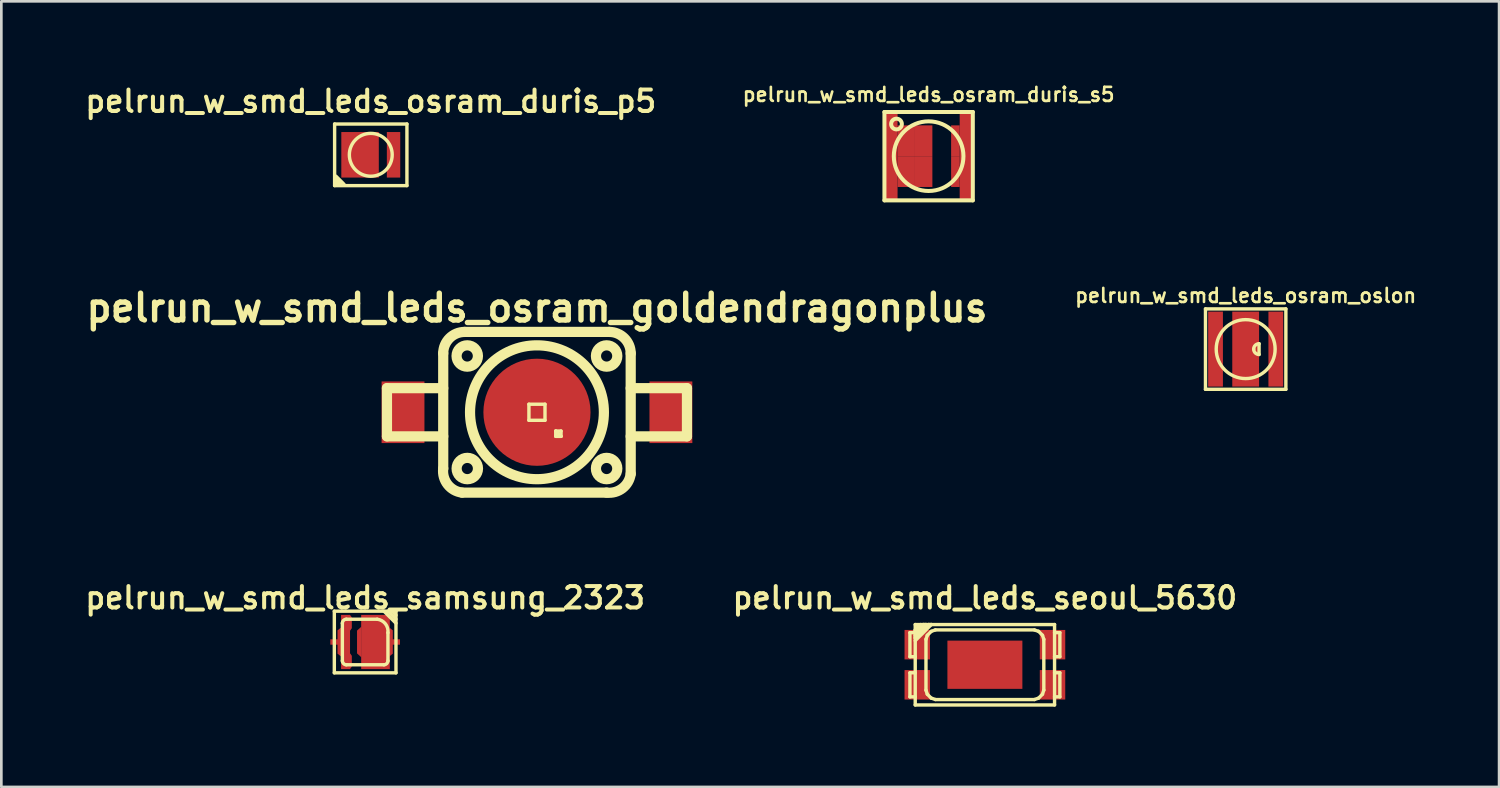
<source format=kicad_pcb>
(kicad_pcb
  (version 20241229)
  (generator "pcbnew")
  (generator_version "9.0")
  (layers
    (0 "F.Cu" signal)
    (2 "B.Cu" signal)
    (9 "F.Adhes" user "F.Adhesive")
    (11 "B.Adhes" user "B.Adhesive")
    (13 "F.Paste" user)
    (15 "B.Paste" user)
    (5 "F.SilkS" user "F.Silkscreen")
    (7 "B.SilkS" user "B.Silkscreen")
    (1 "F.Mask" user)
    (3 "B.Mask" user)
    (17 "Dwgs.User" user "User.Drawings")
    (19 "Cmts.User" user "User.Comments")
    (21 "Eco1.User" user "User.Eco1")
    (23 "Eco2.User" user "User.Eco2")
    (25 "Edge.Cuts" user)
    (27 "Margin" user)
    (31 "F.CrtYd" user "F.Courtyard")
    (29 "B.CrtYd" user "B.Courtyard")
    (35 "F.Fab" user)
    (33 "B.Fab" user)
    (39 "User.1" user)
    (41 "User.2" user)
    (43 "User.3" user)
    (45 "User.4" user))
  (footprint "pelrun_w_smd_leds_osram_oslon"
    (layer "F.Cu")
    (at 43.461 9.985)
    (property "Reference" "pelrun_w_smd_leds_osram_oslon" (at 0 -1.999 0) (layer "F.SilkS") (effects (font (size 0.523 0.523) (thickness 0.099))))
    (attr through_hole)
    (fp_line (start -1.501 -1.501) (end -1.501 1.501) (stroke (width 0.127) (type solid)) (layer "F.SilkS"))
    (fp_line (start -1.501 1.501) (end 1.501 1.501) (stroke (width 0.127) (type solid)) (layer "F.SilkS"))
    (fp_line (start 0.5 -0.201) (end 0.5 0.201) (stroke (width 0.127) (type solid)) (layer "F.SilkS"))
    (fp_line (start 1.501 -1.501) (end -1.501 -1.501) (stroke (width 0.127) (type solid)) (layer "F.SilkS"))
    (fp_line (start 1.501 1.501) (end 1.501 -1.501) (stroke (width 0.127) (type solid)) (layer "F.SilkS"))
    (fp_arc (start 0.29972 0) (mid 0.358492 -0.141888) (end 0.50038 -0.20066) (stroke (width 0.127) (type solid)) (layer "F.SilkS"))
    (fp_arc (start 0.50038 0.20066) (mid 0.358492 0.141888) (end 0.29972 0) (stroke (width 0.127) (type solid)) (layer "F.SilkS"))
    (fp_circle (center 0 0) (end -1.1 0) (stroke (width 0.127) (type solid)) (fill no) (layer "F.SilkS"))
    (pad "1" smd rect (at -1.125 0) (size 0.551 2.799) (layers "F.Cu" "F.Mask" "F.Paste"))
    (pad "2" smd rect (at 1.125 0) (size 0.551 2.799) (layers "F.Cu" "F.Mask" "F.Paste"))
    (pad "3" smd rect (at 0 0) (size 1.001 2.799) (layers "F.Cu" "F.Mask" "F.Paste")))
  (footprint "pelrun_w_smd_leds_samsung_2323"
    (layer "F.Cu")
    (at 10.584 20.921)
    (property "Reference" "pelrun_w_smd_leds_samsung_2323" (at 0 -1.651 0) (layer "F.SilkS") (effects (font (size 0.8 0.8) (thickness 0.15))))
    (attr through_hole)
    (fp_line (start -1.151 -1.151) (end 1.151 -1.151) (stroke (width 0.127) (type solid)) (layer "F.SilkS"))
    (fp_line (start -1.151 1.151) (end -1.151 -1.151) (stroke (width 0.127) (type solid)) (layer "F.SilkS"))
    (fp_line (start -0.851 0.701) (end -0.851 -0.701) (stroke (width 0.127) (type solid)) (layer "F.SilkS"))
    (fp_line (start -0.701 -0.851) (end 0.45 -0.851) (stroke (width 0.127) (type solid)) (layer "F.SilkS"))
    (fp_line (start 0.701 0.851) (end -0.701 0.851) (stroke (width 0.127) (type solid)) (layer "F.SilkS"))
    (fp_line (start 0.851 -1.151) (end 1.151 -0.851) (stroke (width 0.127) (type solid)) (layer "F.SilkS"))
    (fp_line (start 0.851 -0.351) (end 0.851 0.701) (stroke (width 0.127) (type solid)) (layer "F.SilkS"))
    (fp_line (start 1.001 -1.151) (end 1.151 -1.001) (stroke (width 0.127) (type solid)) (layer "F.SilkS"))
    (fp_line (start 1.151 -1.151) (end 1.151 1.151) (stroke (width 0.127) (type solid)) (layer "F.SilkS"))
    (fp_line (start 1.151 -0.701) (end 0.701 -1.151) (stroke (width 0.127) (type solid)) (layer "F.SilkS"))
    (fp_line (start 1.151 1.151) (end -1.151 1.151) (stroke (width 0.127) (type solid)) (layer "F.SilkS"))
    (fp_arc (start -0.8509 -0.70104) (mid -0.807007 -0.807007) (end -0.70104 -0.8509) (stroke (width 0.127) (type solid)) (layer "F.SilkS"))
    (fp_arc (start -0.70104 0.8509) (mid -0.807007 0.807007) (end -0.8509 0.70104) (stroke (width 0.127) (type solid)) (layer "F.SilkS"))
    (fp_arc (start 0.44958 -0.8509) (mid 0.754398 -0.682556) (end 0.8509 -0.34798) (stroke (width 0.127) (type solid)) (layer "F.SilkS"))
    (fp_arc (start 0.8509 0.70104) (mid 0.807007 0.807007) (end 0.70104 0.8509) (stroke (width 0.127) (type solid)) (layer "F.SilkS"))
    (pad "1" smd rect (at -1.151 0) (size 0.3 0.201) (layers "F.Cu" "F.Mask" "F.Paste"))
    (pad "1" smd trapezoid (at -0.95 0) (size 0.165 1.001) (rect_delta -0.13 0) (layers "F.Cu" "F.Mask" "F.Paste"))
    (pad "1" smd rect (at -0.732 0) (size 0.335 2.024) (layers "F.Cu" "F.Mask" "F.Paste"))
    (pad "1" smd trapezoid (at -0.533 -0.716) (size 0.071 0.5) (rect_delta 0.099 0) (layers "F.Cu" "F.Mask" "F.Paste"))
    (pad "1" smd trapezoid (at -0.533 0.716) (size 0.071 0.5) (rect_delta 0.099 0) (layers "F.Cu" "F.Mask" "F.Paste"))
    (pad "2" smd trapezoid (at -0.221 0) (size 0.165 1.001) (rect_delta -0.15 0) (layers "F.Cu" "F.Mask" "F.Paste"))
    (pad "2" smd rect (at 0.386 0) (size 1.069 2.024) (layers "F.Cu" "F.Mask" "F.Paste"))
    (pad "2" smd trapezoid (at 0.95 0) (size 0.165 1.001) (rect_delta 0.13 0) (layers "F.Cu" "F.Mask" "F.Paste"))
    (pad "2" smd rect (at 1.151 0) (size 0.3 0.201) (layers "F.Cu" "F.Mask" "F.Paste")))
  (footprint "pelrun_w_smd_leds_osram_goldendragonplus"
    (layer "F.Cu")
    (at 16.999 12.343)
    (property "Reference" "pelrun_w_smd_leds_osram_goldendragonplus" (at 0 -3.899 0) (layer "F.SilkS") (effects (font (size 1.001 1.001) (thickness 0.201))))
    (attr through_hole)
    (fp_line (start -5.601 -0.899) (end -5.601 0.899) (stroke (width 0.381) (type solid)) (layer "F.SilkS"))
    (fp_line (start -5.601 0.899) (end -3.5 0.899) (stroke (width 0.381) (type solid)) (layer "F.SilkS"))
    (fp_line (start -3.5 -0.899) (end -5.601 -0.899) (stroke (width 0.381) (type solid)) (layer "F.SilkS"))
    (fp_line (start -3.5 2.101) (end -3.5 -2.2) (stroke (width 0.381) (type solid)) (layer "F.SilkS"))
    (fp_line (start -2.7 -3) (end 2.7 -3) (stroke (width 0.381) (type solid)) (layer "F.SilkS"))
    (fp_line (start -0.3 -0.3) (end 0.3 -0.3) (stroke (width 0.127) (type solid)) (layer "F.SilkS"))
    (fp_line (start -0.3 0.3) (end -0.3 -0.3) (stroke (width 0.127) (type solid)) (layer "F.SilkS"))
    (fp_line (start 0.3 -0.3) (end 0.3 0.3) (stroke (width 0.127) (type solid)) (layer "F.SilkS"))
    (fp_line (start 0.3 0.3) (end -0.3 0.3) (stroke (width 0.127) (type solid)) (layer "F.SilkS"))
    (fp_line (start 0.701 0.701) (end 0.899 0.701) (stroke (width 0.127) (type solid)) (layer "F.SilkS"))
    (fp_line (start 0.701 0.701) (end 0.899 0.899) (stroke (width 0.127) (type solid)) (layer "F.SilkS"))
    (fp_line (start 0.701 0.899) (end 0.701 0.701) (stroke (width 0.127) (type solid)) (layer "F.SilkS"))
    (fp_line (start 0.899 0.701) (end 0.899 0.899) (stroke (width 0.127) (type solid)) (layer "F.SilkS"))
    (fp_line (start 0.899 0.899) (end 0.701 0.899) (stroke (width 0.127) (type solid)) (layer "F.SilkS"))
    (fp_line (start 2.601 3) (end -2.799 3) (stroke (width 0.381) (type solid)) (layer "F.SilkS"))
    (fp_line (start 3.5 -2.2) (end 3.5 2.301) (stroke (width 0.381) (type solid)) (layer "F.SilkS"))
    (fp_line (start 5.601 -0.899) (end 3.5 -0.899) (stroke (width 0.381) (type solid)) (layer "F.SilkS"))
    (fp_line (start 5.601 -0.899) (end 5.601 0.899) (stroke (width 0.381) (type solid)) (layer "F.SilkS"))
    (fp_line (start 5.601 0.899) (end 3.5 0.899) (stroke (width 0.381) (type solid)) (layer "F.SilkS"))
    (fp_arc (start -3.50012 -2.19964) (mid -3.265776 -2.765396) (end -2.70002 -2.99974) (stroke (width 0.381) (type solid)) (layer "F.SilkS"))
    (fp_arc (start -2.79908 2.99974) (mid -3.335822 2.69535) (end -3.50012 2.10058) (stroke (width 0.381) (type solid)) (layer "F.SilkS"))
    (fp_arc (start 2.70002 -2.99974) (mid 3.265776 -2.765396) (end 3.50012 -2.19964) (stroke (width 0.381) (type solid)) (layer "F.SilkS"))
    (fp_arc (start 3.50012 2.30124) (mid 3.193934 2.837238) (end 2.59842 2.99974) (stroke (width 0.381) (type solid)) (layer "F.SilkS"))
    (fp_circle (center -2.603 -2.101) (end -3.002 -2.101) (stroke (width 0.381) (type solid)) (fill no) (layer "F.SilkS"))
    (fp_circle (center -2.601 2.101) (end -3 2.101) (stroke (width 0.381) (type solid)) (fill no) (layer "F.SilkS"))
    (fp_circle (center 0 0) (end -2.499 0) (stroke (width 0.381) (type solid)) (fill no) (layer "F.SilkS"))
    (fp_circle (center 2.601 -2.101) (end 3 -2.101) (stroke (width 0.381) (type solid)) (fill no) (layer "F.SilkS"))
    (fp_circle (center 2.601 2.101) (end 3 2.101) (stroke (width 0.381) (type solid)) (fill no) (layer "F.SilkS"))
    (pad "1" smd rect (at -5.001 0) (size 1.6 2.301) (layers "F.Cu" "F.Mask" "F.Paste"))
    (pad "2" smd rect (at 5.001 0) (size 1.6 2.301) (layers "F.Cu" "F.Mask" "F.Paste"))
    (pad "3" smd circle (at 0 0) (size 4 4) (layers "F.Cu" "F.Mask" "F.Paste")))
  (footprint "pelrun_w_smd_leds_osram_duris_s5"
    (layer "F.Cu")
    (at 31.623 2.781)
    (property "Reference" "pelrun_w_smd_leds_osram_duris_s5" (at 0 -2.301 0) (layer "F.SilkS") (effects (font (size 0.523 0.523) (thickness 0.099))))
    (attr through_hole)
    (fp_line (start -1.65 -1.65) (end -1.65 1.65) (stroke (width 0.15) (type solid)) (layer "F.SilkS"))
    (fp_line (start -1.65 1.65) (end 1.65 1.65) (stroke (width 0.15) (type solid)) (layer "F.SilkS"))
    (fp_line (start 1.65 -1.65) (end -1.65 -1.65) (stroke (width 0.15) (type solid)) (layer "F.SilkS"))
    (fp_line (start 1.65 1.65) (end 1.65 -1.65) (stroke (width 0.15) (type solid)) (layer "F.SilkS"))
    (fp_circle (center -1.2 -1.2) (end -1.4 -1.2) (stroke (width 0.15) (type solid)) (fill no) (layer "F.SilkS"))
    (fp_circle (center 0 0) (end -1.3 0) (stroke (width 0.15) (type solid)) (fill no) (layer "F.SilkS"))
    (pad "1" smd rect (at 1 -0.575) (size 0.32 1.15) (layers "F.Cu" "F.Mask" "F.Paste"))
    (pad "1" smd rect (at 1 0.575) (size 0.32 1.15) (layers "F.Cu" "F.Mask" "F.Paste"))
    (pad "1" smd rect (at 1.405 0) (size 0.49 3.3) (layers "F.Cu"))
    (pad "2" smd rect (at -1.405 0) (size 0.49 3.3) (layers "F.Cu"))
    (pad "2" smd rect (at -0.835 -0.575) (size 0.65 1.15) (layers "F.Cu" "F.Mask" "F.Paste"))
    (pad "2" smd rect (at -0.835 0.575) (size 0.65 1.15) (layers "F.Cu" "F.Mask" "F.Paste"))
    (pad "2" smd rect (at -0.185 -0.575) (size 0.65 1.15) (layers "F.Cu" "F.Mask" "F.Paste"))
    (pad "2" smd rect (at -0.185 0.575) (size 0.65 1.15) (layers "F.Cu" "F.Mask" "F.Paste")))
  (footprint "pelrun_w_smd_leds_seoul_5630"
    (layer "F.Cu")
    (at 33.724 21.77)
    (property "Reference" "pelrun_w_smd_leds_seoul_5630" (at 0 -2.499 0) (layer "F.SilkS") (effects (font (size 0.8 0.8) (thickness 0.15))))
    (attr through_hole)
    (fp_line (start -2.799 -1.199) (end -2.799 -0.3) (stroke (width 0.127) (type solid)) (layer "F.SilkS"))
    (fp_line (start -2.799 -0.3) (end -2.601 -0.3) (stroke (width 0.127) (type solid)) (layer "F.SilkS"))
    (fp_line (start -2.799 0.3) (end -2.799 1.199) (stroke (width 0.127) (type solid)) (layer "F.SilkS"))
    (fp_line (start -2.799 1.199) (end -2.601 1.199) (stroke (width 0.127) (type solid)) (layer "F.SilkS"))
    (fp_line (start -2.601 -1.501) (end -2.601 1.501) (stroke (width 0.127) (type solid)) (layer "F.SilkS"))
    (fp_line (start -2.601 -1.3) (end -2.4 -1.501) (stroke (width 0.127) (type solid)) (layer "F.SilkS"))
    (fp_line (start -2.601 -1.199) (end -2.799 -1.199) (stroke (width 0.127) (type solid)) (layer "F.SilkS"))
    (fp_line (start -2.601 -1.199) (end -2.601 -1.3) (stroke (width 0.127) (type solid)) (layer "F.SilkS"))
    (fp_line (start -2.601 -1.1) (end -2.2 -1.501) (stroke (width 0.127) (type solid)) (layer "F.SilkS"))
    (fp_line (start -2.601 -1.001) (end -2.601 -1.1) (stroke (width 0.127) (type solid)) (layer "F.SilkS"))
    (fp_line (start -2.601 -0.899) (end -1.999 -1.501) (stroke (width 0.127) (type solid)) (layer "F.SilkS"))
    (fp_line (start -2.601 0.3) (end -2.799 0.3) (stroke (width 0.127) (type solid)) (layer "F.SilkS"))
    (fp_line (start -2.601 1.501) (end 2.601 1.501) (stroke (width 0.127) (type solid)) (layer "F.SilkS"))
    (fp_line (start -2.301 -1.501) (end -2.601 -1.199) (stroke (width 0.127) (type solid)) (layer "F.SilkS"))
    (fp_line (start -2.2 -1.501) (end -2.301 -1.501) (stroke (width 0.127) (type solid)) (layer "F.SilkS"))
    (fp_line (start -2.2 -0.95) (end -2.2 0.95) (stroke (width 0.127) (type solid)) (layer "F.SilkS"))
    (fp_line (start -2.2 0.95) (end -2.151 1.1) (stroke (width 0.127) (type solid)) (layer "F.SilkS"))
    (fp_line (start -2.151 -1.1) (end -2.2 -0.95) (stroke (width 0.127) (type solid)) (layer "F.SilkS"))
    (fp_line (start -2.151 1.1) (end -2.002 1.25) (stroke (width 0.127) (type solid)) (layer "F.SilkS"))
    (fp_line (start -2.101 -1.501) (end -2.601 -1.001) (stroke (width 0.127) (type solid)) (layer "F.SilkS"))
    (fp_line (start -2.002 -1.247) (end -2.151 -1.097) (stroke (width 0.127) (type solid)) (layer "F.SilkS"))
    (fp_line (start -1.999 -1.501) (end -2.101 -1.501) (stroke (width 0.127) (type solid)) (layer "F.SilkS"))
    (fp_line (start -1.849 -1.3) (end -1.999 -1.25) (stroke (width 0.127) (type solid)) (layer "F.SilkS"))
    (fp_line (start -1.849 1.298) (end -1.999 1.247) (stroke (width 0.127) (type solid)) (layer "F.SilkS"))
    (fp_line (start -1.849 1.3) (end 1.849 1.3) (stroke (width 0.127) (type solid)) (layer "F.SilkS"))
    (fp_line (start 1.849 -1.3) (end -1.849 -1.3) (stroke (width 0.127) (type solid)) (layer "F.SilkS"))
    (fp_line (start 1.852 1.298) (end 2.002 1.247) (stroke (width 0.127) (type solid)) (layer "F.SilkS"))
    (fp_line (start 2.002 -1.247) (end 1.852 -1.298) (stroke (width 0.127) (type solid)) (layer "F.SilkS"))
    (fp_line (start 2.151 -1.1) (end 2.002 -1.25) (stroke (width 0.127) (type solid)) (layer "F.SilkS"))
    (fp_line (start 2.151 1.1) (end 2.002 1.25) (stroke (width 0.127) (type solid)) (layer "F.SilkS"))
    (fp_line (start 2.2 -0.947) (end 2.151 -1.097) (stroke (width 0.127) (type solid)) (layer "F.SilkS"))
    (fp_line (start 2.2 0.947) (end 2.151 1.097) (stroke (width 0.127) (type solid)) (layer "F.SilkS"))
    (fp_line (start 2.2 0.95) (end 2.2 -0.95) (stroke (width 0.127) (type solid)) (layer "F.SilkS"))
    (fp_line (start 2.601 -1.501) (end -2.601 -1.501) (stroke (width 0.127) (type solid)) (layer "F.SilkS"))
    (fp_line (start 2.601 -0.3) (end 2.799 -0.3) (stroke (width 0.127) (type solid)) (layer "F.SilkS"))
    (fp_line (start 2.601 1.199) (end 2.799 1.199) (stroke (width 0.127) (type solid)) (layer "F.SilkS"))
    (fp_line (start 2.601 1.501) (end 2.601 -1.501) (stroke (width 0.127) (type solid)) (layer "F.SilkS"))
    (fp_line (start 2.799 -1.199) (end 2.601 -1.199) (stroke (width 0.127) (type solid)) (layer "F.SilkS"))
    (fp_line (start 2.799 -0.3) (end 2.799 -1.199) (stroke (width 0.127) (type solid)) (layer "F.SilkS"))
    (fp_line (start 2.799 0.3) (end 2.601 0.3) (stroke (width 0.127) (type solid)) (layer "F.SilkS"))
    (fp_line (start 2.799 1.199) (end 2.799 0.3) (stroke (width 0.127) (type solid)) (layer "F.SilkS"))
    (pad "1" smd rect (at 2.525 -0.749) (size 0.95 1.1) (layers "F.Cu" "F.Mask" "F.Paste"))
    (pad "2" smd rect (at -2.525 0.749) (size 0.95 1.1) (layers "F.Cu" "F.Mask" "F.Paste"))
    (pad "3" smd rect (at 0 0) (size 2.799 1.801) (layers "F.Cu" "F.Mask" "F.Paste"))
    (pad "4" smd rect (at -2.525 -0.749) (size 0.95 1.1) (layers "F.Cu" "F.Mask" "F.Paste"))
    (pad "5" smd rect (at 2.525 0.749) (size 0.95 1.1) (layers "F.Cu" "F.Mask" "F.Paste")))
  (footprint "pelrun_w_smd_leds_osram_duris_p5"
    (layer "F.Cu")
    (at 10.794 2.73)
    (property "Reference" "pelrun_w_smd_leds_osram_duris_p5" (at 0 -1.999 0) (layer "F.SilkS") (effects (font (size 0.8 0.8) (thickness 0.15))))
    (attr through_hole)
    (fp_line (start -1.35 -1.15) (end -1.35 1.15) (stroke (width 0.127) (type solid)) (layer "F.SilkS"))
    (fp_line (start -1.35 1.15) (end 1.35 1.15) (stroke (width 0.127) (type solid)) (layer "F.SilkS"))
    (fp_line (start -1.3 0.8) (end -1 1.1) (stroke (width 0.127) (type solid)) (layer "F.SilkS"))
    (fp_line (start -1.3 0.9) (end -1.1 1.1) (stroke (width 0.127) (type solid)) (layer "F.SilkS"))
    (fp_line (start -1.2 1.1) (end -1.3 1) (stroke (width 0.127) (type solid)) (layer "F.SilkS"))
    (fp_line (start 1.35 -1.15) (end -1.35 -1.15) (stroke (width 0.127) (type solid)) (layer "F.SilkS"))
    (fp_line (start 1.35 1.15) (end 1.35 -1.15) (stroke (width 0.127) (type solid)) (layer "F.SilkS"))
    (fp_circle (center 0 0) (end 0.8 0) (stroke (width 0.127) (type solid)) (fill no) (layer "F.SilkS"))
    (pad "" smd rect (at -0.8 0) (size 0.45 1.5) (layers "F.Paste"))
    (pad "" smd rect (at -0.1 0) (size 0.6 1.5) (layers "F.Paste"))
    (pad "1" smd rect (at -0.4 0) (size 1.4 1.7) (layers "F.Cu" "F.Mask"))
    (pad "2" smd rect (at 0.85 0) (size 0.5 1.7) (layers "F.Cu" "F.Mask" "F.Paste")))
  (gr_rect
    (start -3 -3)
    (end 52.923 26.334)
    (stroke (width 0.1) (type default))
    (fill no)
    (layer "Edge.Cuts")))
</source>
